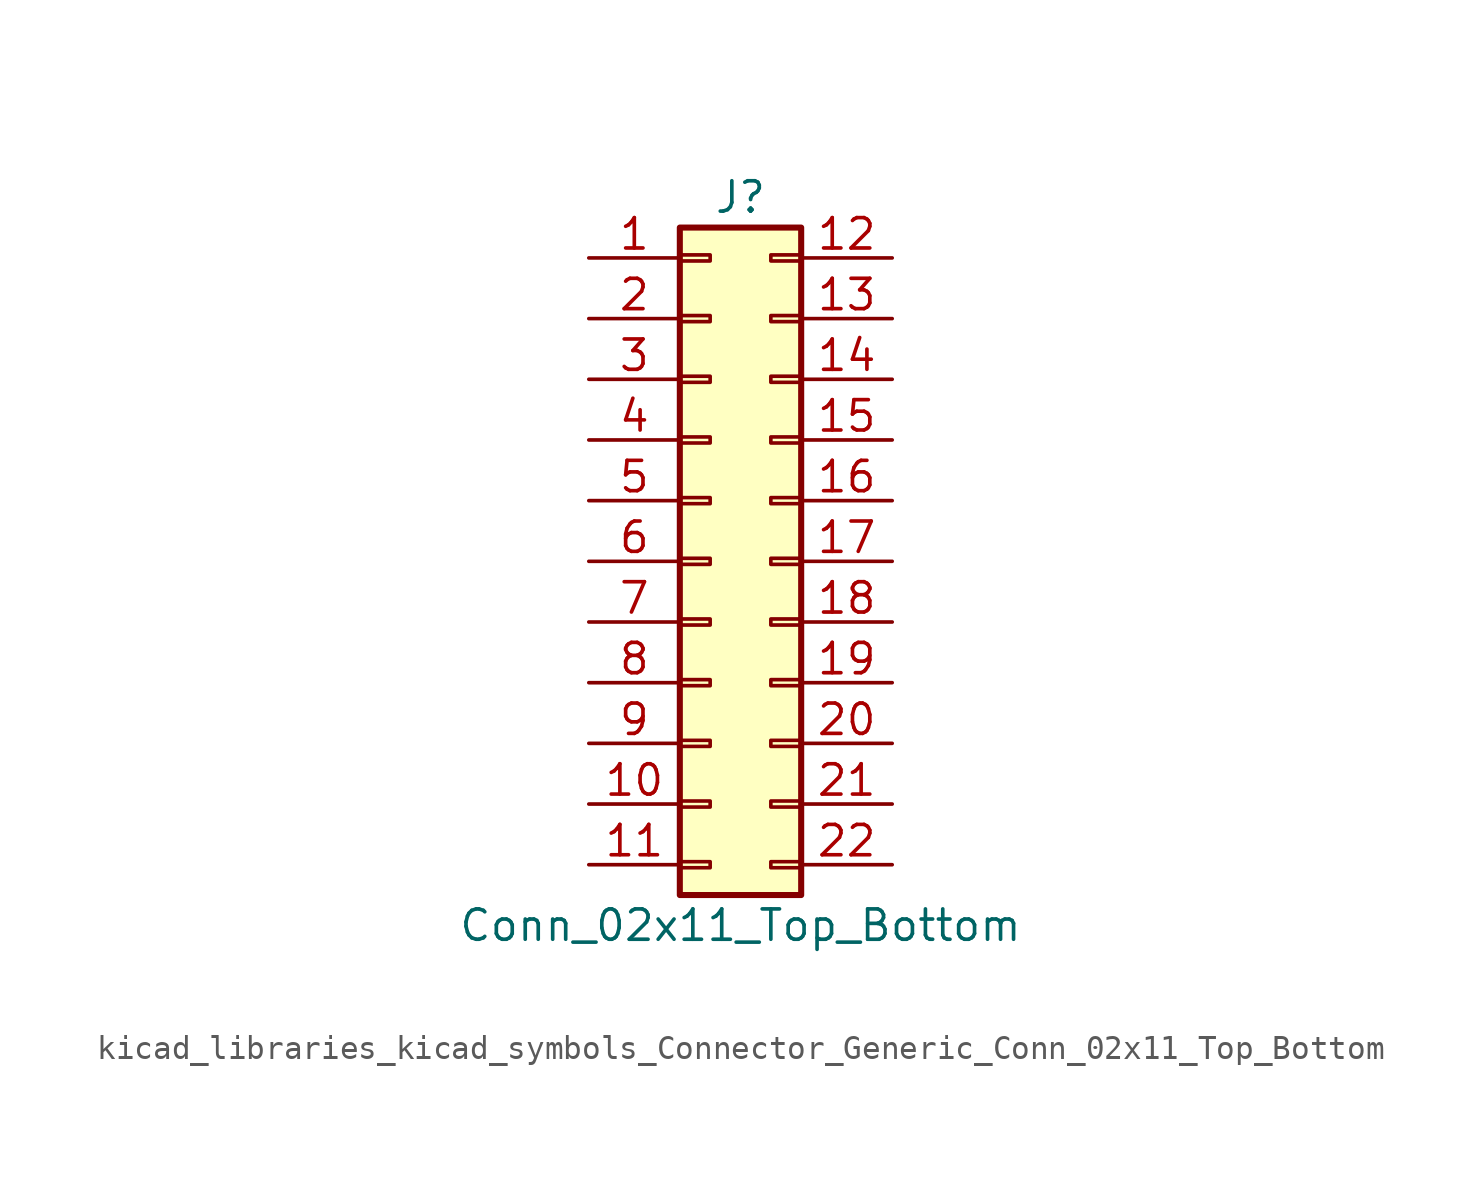
<source format=kicad_sym>
(kicad_symbol_lib
  (version 20220914)
  (generator kicad_symbol_editor)
  (symbol "kicad_libraries_kicad_symbols_Connector_Generic_Conn_02x11_Top_Bottom"
    (pin_names
      (offset 1.016) hide)
    (property "Reference" "J"
      (at 1.27 15.24 0)
      (effects (font (size 1.27 1.27))))
    (property "Value" "Conn_02x11_Top_Bottom"
      (at 1.27 -15.24 0)
      (effects (font (size 1.27 1.27))))
    (symbol "kicad_libraries_kicad_symbols_Connector_Generic_Conn_02x11_Top_Bottom_1_1"
      (rectangle (start -1.27 -12.573) (end 0 -12.827) (stroke (width 0.152) (type default)) (fill (type none)))
      (rectangle (start -1.27 -10.033) (end 0 -10.287) (stroke (width 0.152) (type default)) (fill (type none)))
      (rectangle (start -1.27 -7.493) (end 0 -7.747) (stroke (width 0.152) (type default)) (fill (type none)))
      (rectangle (start -1.27 -4.953) (end 0 -5.207) (stroke (width 0.152) (type default)) (fill (type none)))
      (rectangle (start -1.27 -2.413) (end 0 -2.667) (stroke (width 0.152) (type default)) (fill (type none)))
      (rectangle (start -1.27 0.127) (end 0 -0.127) (stroke (width 0.152) (type default)) (fill (type none)))
      (rectangle (start -1.27 2.667) (end 0 2.413) (stroke (width 0.152) (type default)) (fill (type none)))
      (rectangle (start -1.27 5.207) (end 0 4.953) (stroke (width 0.152) (type default)) (fill (type none)))
      (rectangle (start -1.27 7.747) (end 0 7.493) (stroke (width 0.152) (type default)) (fill (type none)))
      (rectangle (start -1.27 10.287) (end 0 10.033) (stroke (width 0.152) (type default)) (fill (type none)))
      (rectangle (start -1.27 12.827) (end 0 12.573) (stroke (width 0.152) (type default)) (fill (type none)))
      (rectangle (start -1.27 13.97) (end 3.81 -13.97) (stroke (width 0.254) (type default)) (fill (type background)))
      (rectangle (start 3.81 -12.573) (end 2.54 -12.827) (stroke (width 0.152) (type default)) (fill (type none)))
      (rectangle (start 3.81 -10.033) (end 2.54 -10.287) (stroke (width 0.152) (type default)) (fill (type none)))
      (rectangle (start 3.81 -7.493) (end 2.54 -7.747) (stroke (width 0.152) (type default)) (fill (type none)))
      (rectangle (start 3.81 -4.953) (end 2.54 -5.207) (stroke (width 0.152) (type default)) (fill (type none)))
      (rectangle (start 3.81 -2.413) (end 2.54 -2.667) (stroke (width 0.152) (type default)) (fill (type none)))
      (rectangle (start 3.81 0.127) (end 2.54 -0.127) (stroke (width 0.152) (type default)) (fill (type none)))
      (rectangle (start 3.81 2.667) (end 2.54 2.413) (stroke (width 0.152) (type default)) (fill (type none)))
      (rectangle (start 3.81 5.207) (end 2.54 4.953) (stroke (width 0.152) (type default)) (fill (type none)))
      (rectangle (start 3.81 7.747) (end 2.54 7.493) (stroke (width 0.152) (type default)) (fill (type none)))
      (rectangle (start 3.81 10.287) (end 2.54 10.033) (stroke (width 0.152) (type default)) (fill (type none)))
      (rectangle (start 3.81 12.827) (end 2.54 12.573) (stroke (width 0.152) (type default)) (fill (type none)))
      (pin passive line (at -5.08 12.7 0) (length 3.81) (name "Pin_1" (effects (font (size 1.27 1.27)))) (number "1" (effects (font (size 1.27 1.27)))))
      (pin passive line (at -5.08 -10.16 0) (length 3.81) (name "Pin_10" (effects (font (size 1.27 1.27)))) (number "10" (effects (font (size 1.27 1.27)))))
      (pin passive line (at -5.08 -12.7 0) (length 3.81) (name "Pin_11" (effects (font (size 1.27 1.27)))) (number "11" (effects (font (size 1.27 1.27)))))
      (pin passive line (at 7.62 12.7 180) (length 3.81) (name "Pin_12" (effects (font (size 1.27 1.27)))) (number "12" (effects (font (size 1.27 1.27)))))
      (pin passive line (at 7.62 10.16 180) (length 3.81) (name "Pin_13" (effects (font (size 1.27 1.27)))) (number "13" (effects (font (size 1.27 1.27)))))
      (pin passive line (at 7.62 7.62 180) (length 3.81) (name "Pin_14" (effects (font (size 1.27 1.27)))) (number "14" (effects (font (size 1.27 1.27)))))
      (pin passive line (at 7.62 5.08 180) (length 3.81) (name "Pin_15" (effects (font (size 1.27 1.27)))) (number "15" (effects (font (size 1.27 1.27)))))
      (pin passive line (at 7.62 2.54 180) (length 3.81) (name "Pin_16" (effects (font (size 1.27 1.27)))) (number "16" (effects (font (size 1.27 1.27)))))
      (pin passive line (at 7.62 0 180) (length 3.81) (name "Pin_17" (effects (font (size 1.27 1.27)))) (number "17" (effects (font (size 1.27 1.27)))))
      (pin passive line (at 7.62 -2.54 180) (length 3.81) (name "Pin_18" (effects (font (size 1.27 1.27)))) (number "18" (effects (font (size 1.27 1.27)))))
      (pin passive line (at 7.62 -5.08 180) (length 3.81) (name "Pin_19" (effects (font (size 1.27 1.27)))) (number "19" (effects (font (size 1.27 1.27)))))
      (pin passive line (at -5.08 10.16 0) (length 3.81) (name "Pin_2" (effects (font (size 1.27 1.27)))) (number "2" (effects (font (size 1.27 1.27)))))
      (pin passive line (at 7.62 -7.62 180) (length 3.81) (name "Pin_20" (effects (font (size 1.27 1.27)))) (number "20" (effects (font (size 1.27 1.27)))))
      (pin passive line (at 7.62 -10.16 180) (length 3.81) (name "Pin_21" (effects (font (size 1.27 1.27)))) (number "21" (effects (font (size 1.27 1.27)))))
      (pin passive line (at 7.62 -12.7 180) (length 3.81) (name "Pin_22" (effects (font (size 1.27 1.27)))) (number "22" (effects (font (size 1.27 1.27)))))
      (pin passive line (at -5.08 7.62 0) (length 3.81) (name "Pin_3" (effects (font (size 1.27 1.27)))) (number "3" (effects (font (size 1.27 1.27)))))
      (pin passive line (at -5.08 5.08 0) (length 3.81) (name "Pin_4" (effects (font (size 1.27 1.27)))) (number "4" (effects (font (size 1.27 1.27)))))
      (pin passive line (at -5.08 2.54 0) (length 3.81) (name "Pin_5" (effects (font (size 1.27 1.27)))) (number "5" (effects (font (size 1.27 1.27)))))
      (pin passive line (at -5.08 0 0) (length 3.81) (name "Pin_6" (effects (font (size 1.27 1.27)))) (number "6" (effects (font (size 1.27 1.27)))))
      (pin passive line (at -5.08 -2.54 0) (length 3.81) (name "Pin_7" (effects (font (size 1.27 1.27)))) (number "7" (effects (font (size 1.27 1.27)))))
      (pin passive line (at -5.08 -5.08 0) (length 3.81) (name "Pin_8" (effects (font (size 1.27 1.27)))) (number "8" (effects (font (size 1.27 1.27)))))
      (pin passive line (at -5.08 -7.62 0) (length 3.81) (name "Pin_9" (effects (font (size 1.27 1.27)))) (number "9" (effects (font (size 1.27 1.27))))))))
</source>
